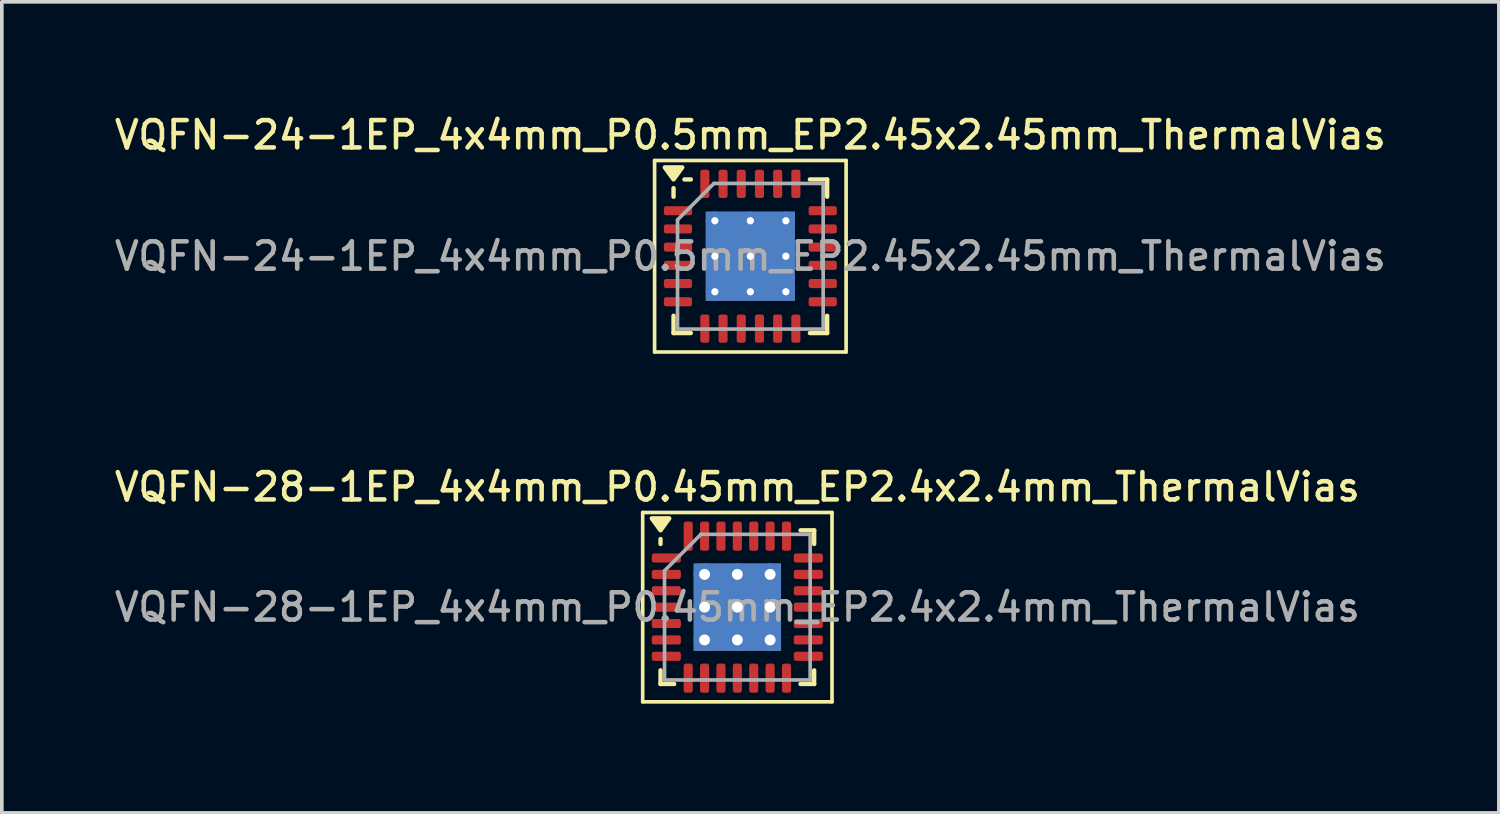
<source format=kicad_pcb>
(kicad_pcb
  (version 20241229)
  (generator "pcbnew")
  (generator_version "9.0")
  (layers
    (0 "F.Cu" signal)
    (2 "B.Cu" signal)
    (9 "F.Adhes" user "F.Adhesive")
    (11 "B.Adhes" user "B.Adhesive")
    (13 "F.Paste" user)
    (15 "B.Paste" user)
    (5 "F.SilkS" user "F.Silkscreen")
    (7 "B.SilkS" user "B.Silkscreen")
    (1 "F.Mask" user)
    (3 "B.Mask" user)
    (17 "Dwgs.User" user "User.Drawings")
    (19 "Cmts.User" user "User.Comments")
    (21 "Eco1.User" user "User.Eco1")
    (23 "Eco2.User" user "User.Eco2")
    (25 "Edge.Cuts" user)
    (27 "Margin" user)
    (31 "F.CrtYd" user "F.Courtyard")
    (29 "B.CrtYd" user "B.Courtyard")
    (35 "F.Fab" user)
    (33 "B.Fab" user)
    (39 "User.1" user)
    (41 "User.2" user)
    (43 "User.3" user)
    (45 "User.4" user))
  (footprint "VQFN-24-1EP_4x4mm_P0.5mm_EP2.45x2.45mm_ThermalVias"
    (layer "F.Cu")
    (at 17.559 3.988)
    (property "Reference" "VQFN-24-1EP_4x4mm_P0.5mm_EP2.45x2.45mm_ThermalVias" (at 0 -3.33 0) (layer "F.SilkS") (effects (font (size 0.75 0.75) (thickness 0.125))))
    (attr smd)
    (fp_line (start -2.63 -2.63) (end -2.63 2.63) (stroke (width 0.1) (type solid)) (layer "F.SilkS"))
    (fp_line (start -2.63 2.63) (end 2.63 2.63) (stroke (width 0.1) (type solid)) (layer "F.SilkS"))
    (fp_line (start -2.11 -1.635) (end -2.11 -1.87) (stroke (width 0.12) (type solid)) (layer "F.SilkS"))
    (fp_line (start -2.11 2.11) (end -2.11 1.635) (stroke (width 0.12) (type solid)) (layer "F.SilkS"))
    (fp_line (start -1.635 -2.11) (end -1.81 -2.11) (stroke (width 0.12) (type solid)) (layer "F.SilkS"))
    (fp_line (start -1.635 2.11) (end -2.11 2.11) (stroke (width 0.12) (type solid)) (layer "F.SilkS"))
    (fp_line (start 1.635 -2.11) (end 2.11 -2.11) (stroke (width 0.12) (type solid)) (layer "F.SilkS"))
    (fp_line (start 1.635 2.11) (end 2.11 2.11) (stroke (width 0.12) (type solid)) (layer "F.SilkS"))
    (fp_line (start 2.11 -2.11) (end 2.11 -1.635) (stroke (width 0.12) (type solid)) (layer "F.SilkS"))
    (fp_line (start 2.11 2.11) (end 2.11 1.635) (stroke (width 0.12) (type solid)) (layer "F.SilkS"))
    (fp_line (start 2.63 -2.63) (end -2.63 -2.63) (stroke (width 0.1) (type solid)) (layer "F.SilkS"))
    (fp_line (start 2.63 2.63) (end 2.63 -2.63) (stroke (width 0.1) (type solid)) (layer "F.SilkS"))
    (fp_poly (pts (xy -2.11 -2.11) (xy -2.35 -2.44) (xy -1.87 -2.44) (xy -2.11 -2.11)) (stroke (width 0.12) (type solid)) (fill yes) (layer "F.SilkS"))
    (fp_line (start -2 -1) (end -1 -2) (stroke (width 0.1) (type solid)) (layer "F.Fab"))
    (fp_line (start -2 2) (end -2 -1) (stroke (width 0.1) (type solid)) (layer "F.Fab"))
    (fp_line (start -1 -2) (end 2 -2) (stroke (width 0.1) (type solid)) (layer "F.Fab"))
    (fp_line (start 2 -2) (end 2 2) (stroke (width 0.1) (type solid)) (layer "F.Fab"))
    (fp_line (start 2 2) (end -2 2) (stroke (width 0.1) (type solid)) (layer "F.Fab"))
    (fp_text user "${REFERENCE}" (at 0 0 0) (layer "F.Fab") (effects (font (size 0.75 0.75) (thickness 0.125))))
    (pad "" smd custom (at -0.487 -0.487) (size 0.756 0.756) (layers "F.Paste") (options (anchor circle)) (primitives (gr_poly (pts (xy -0.301 -0.175) (xy -0.175 -0.301) (xy 0.175 -0.301) (xy 0.301 -0.175) (xy 0.301 0.175) (xy 0.175 0.301) (xy -0.175 0.301) (xy -0.301 0.175)) (width 0.306) (fill yes))))
    (pad "" smd custom (at -0.487 0.487) (size 0.756 0.756) (layers "F.Paste") (options (anchor circle)) (primitives (gr_poly (pts (xy -0.301 -0.175) (xy -0.175 -0.301) (xy 0.175 -0.301) (xy 0.301 -0.175) (xy 0.301 0.175) (xy 0.175 0.301) (xy -0.175 0.301) (xy -0.301 0.175)) (width 0.306) (fill yes))))
    (pad "" smd custom (at 0.487 -0.487) (size 0.756 0.756) (layers "F.Paste") (options (anchor circle)) (primitives (gr_poly (pts (xy -0.301 -0.175) (xy -0.175 -0.301) (xy 0.175 -0.301) (xy 0.301 -0.175) (xy 0.301 0.175) (xy 0.175 0.301) (xy -0.175 0.301) (xy -0.301 0.175)) (width 0.306) (fill yes))))
    (pad "" smd custom (at 0.487 0.487) (size 0.756 0.756) (layers "F.Paste") (options (anchor circle)) (primitives (gr_poly (pts (xy -0.301 -0.175) (xy -0.175 -0.301) (xy 0.175 -0.301) (xy 0.301 -0.175) (xy 0.301 0.175) (xy 0.175 0.301) (xy -0.175 0.301) (xy -0.301 0.175)) (width 0.306) (fill yes))))
    (pad "1" smd roundrect (at -1.988 -1.25) (size 0.775 0.25) (layers "F.Cu" "F.Mask" "F.Paste") (roundrect_rratio 0.25))
    (pad "2" smd roundrect (at -1.988 -0.75) (size 0.775 0.25) (layers "F.Cu" "F.Mask" "F.Paste") (roundrect_rratio 0.25))
    (pad "3" smd roundrect (at -1.988 -0.25) (size 0.775 0.25) (layers "F.Cu" "F.Mask" "F.Paste") (roundrect_rratio 0.25))
    (pad "4" smd roundrect (at -1.988 0.25) (size 0.775 0.25) (layers "F.Cu" "F.Mask" "F.Paste") (roundrect_rratio 0.25))
    (pad "5" smd roundrect (at -1.988 0.75) (size 0.775 0.25) (layers "F.Cu" "F.Mask" "F.Paste") (roundrect_rratio 0.25))
    (pad "6" smd roundrect (at -1.988 1.25) (size 0.775 0.25) (layers "F.Cu" "F.Mask" "F.Paste") (roundrect_rratio 0.25))
    (pad "7" smd roundrect (at -1.25 1.988) (size 0.25 0.775) (layers "F.Cu" "F.Mask" "F.Paste") (roundrect_rratio 0.25))
    (pad "8" smd roundrect (at -0.75 1.988) (size 0.25 0.775) (layers "F.Cu" "F.Mask" "F.Paste") (roundrect_rratio 0.25))
    (pad "9" smd roundrect (at -0.25 1.988) (size 0.25 0.775) (layers "F.Cu" "F.Mask" "F.Paste") (roundrect_rratio 0.25))
    (pad "10" smd roundrect (at 0.25 1.988) (size 0.25 0.775) (layers "F.Cu" "F.Mask" "F.Paste") (roundrect_rratio 0.25))
    (pad "11" smd roundrect (at 0.75 1.988) (size 0.25 0.775) (layers "F.Cu" "F.Mask" "F.Paste") (roundrect_rratio 0.25))
    (pad "12" smd roundrect (at 1.25 1.988) (size 0.25 0.775) (layers "F.Cu" "F.Mask" "F.Paste") (roundrect_rratio 0.25))
    (pad "13" smd roundrect (at 1.988 1.25) (size 0.775 0.25) (layers "F.Cu" "F.Mask" "F.Paste") (roundrect_rratio 0.25))
    (pad "14" smd roundrect (at 1.988 0.75) (size 0.775 0.25) (layers "F.Cu" "F.Mask" "F.Paste") (roundrect_rratio 0.25))
    (pad "15" smd roundrect (at 1.988 0.25) (size 0.775 0.25) (layers "F.Cu" "F.Mask" "F.Paste") (roundrect_rratio 0.25))
    (pad "16" smd roundrect (at 1.988 -0.25) (size 0.775 0.25) (layers "F.Cu" "F.Mask" "F.Paste") (roundrect_rratio 0.25))
    (pad "17" smd roundrect (at 1.988 -0.75) (size 0.775 0.25) (layers "F.Cu" "F.Mask" "F.Paste") (roundrect_rratio 0.25))
    (pad "18" smd roundrect (at 1.988 -1.25) (size 0.775 0.25) (layers "F.Cu" "F.Mask" "F.Paste") (roundrect_rratio 0.25))
    (pad "19" smd roundrect (at 1.25 -1.988) (size 0.25 0.775) (layers "F.Cu" "F.Mask" "F.Paste") (roundrect_rratio 0.25))
    (pad "20" smd roundrect (at 0.75 -1.988) (size 0.25 0.775) (layers "F.Cu" "F.Mask" "F.Paste") (roundrect_rratio 0.25))
    (pad "21" smd roundrect (at 0.25 -1.988) (size 0.25 0.775) (layers "F.Cu" "F.Mask" "F.Paste") (roundrect_rratio 0.25))
    (pad "22" smd roundrect (at -0.25 -1.988) (size 0.25 0.775) (layers "F.Cu" "F.Mask" "F.Paste") (roundrect_rratio 0.25))
    (pad "23" smd roundrect (at -0.75 -1.988) (size 0.25 0.775) (layers "F.Cu" "F.Mask" "F.Paste") (roundrect_rratio 0.25))
    (pad "24" smd roundrect (at -1.25 -1.988) (size 0.25 0.775) (layers "F.Cu" "F.Mask" "F.Paste") (roundrect_rratio 0.25))
    (pad "25" thru_hole circle (at -0.975 -0.975) (size 0.5 0.5) (drill 0.2) (property pad_prop_heatsink) (layers "*.Cu"))
    (pad "25" thru_hole circle (at -0.975 0) (size 0.5 0.5) (drill 0.2) (property pad_prop_heatsink) (layers "*.Cu"))
    (pad "25" thru_hole circle (at -0.975 0.975) (size 0.5 0.5) (drill 0.2) (property pad_prop_heatsink) (layers "*.Cu"))
    (pad "25" thru_hole circle (at 0 -0.975) (size 0.5 0.5) (drill 0.2) (property pad_prop_heatsink) (layers "*.Cu"))
    (pad "25" thru_hole circle (at 0 0) (size 0.5 0.5) (drill 0.2) (property pad_prop_heatsink) (layers "*.Cu"))
    (pad "25" smd rect (at 0 0) (size 2.45 2.45) (property pad_prop_heatsink) (layers "F.Cu" "F.Mask"))
    (pad "25" smd rect (at 0 0) (size 2.45 2.45) (property pad_prop_heatsink) (layers "B.Cu"))
    (pad "25" thru_hole circle (at 0 0.975) (size 0.5 0.5) (drill 0.2) (property pad_prop_heatsink) (layers "*.Cu"))
    (pad "25" thru_hole circle (at 0.975 -0.975) (size 0.5 0.5) (drill 0.2) (property pad_prop_heatsink) (layers "*.Cu"))
    (pad "25" thru_hole circle (at 0.975 0) (size 0.5 0.5) (drill 0.2) (property pad_prop_heatsink) (layers "*.Cu"))
    (pad "25" thru_hole circle (at 0.975 0.975) (size 0.5 0.5) (drill 0.2) (property pad_prop_heatsink) (layers "*.Cu")))
  (footprint "VQFN-28-1EP_4x4mm_P0.45mm_EP2.4x2.4mm_ThermalVias"
    (layer "F.Cu")
    (at 17.202 13.626)
    (property "Reference" "VQFN-28-1EP_4x4mm_P0.45mm_EP2.4x2.4mm_ThermalVias" (at 0 -3.3 0) (layer "F.SilkS") (effects (font (size 0.75 0.75) (thickness 0.125))))
    (attr smd)
    (fp_line (start -2.6 -2.6) (end -2.6 2.6) (stroke (width 0.1) (type solid)) (layer "F.SilkS"))
    (fp_line (start -2.6 2.6) (end 2.6 2.6) (stroke (width 0.1) (type solid)) (layer "F.SilkS"))
    (fp_line (start -2.11 -1.735) (end -2.11 -1.87) (stroke (width 0.12) (type solid)) (layer "F.SilkS"))
    (fp_line (start -2.11 2.11) (end -2.11 1.735) (stroke (width 0.12) (type solid)) (layer "F.SilkS"))
    (fp_line (start -1.735 2.11) (end -2.11 2.11) (stroke (width 0.12) (type solid)) (layer "F.SilkS"))
    (fp_line (start 1.735 -2.11) (end 2.11 -2.11) (stroke (width 0.12) (type solid)) (layer "F.SilkS"))
    (fp_line (start 1.735 2.11) (end 2.11 2.11) (stroke (width 0.12) (type solid)) (layer "F.SilkS"))
    (fp_line (start 2.11 -2.11) (end 2.11 -1.735) (stroke (width 0.12) (type solid)) (layer "F.SilkS"))
    (fp_line (start 2.11 2.11) (end 2.11 1.735) (stroke (width 0.12) (type solid)) (layer "F.SilkS"))
    (fp_line (start 2.6 -2.6) (end -2.6 -2.6) (stroke (width 0.1) (type solid)) (layer "F.SilkS"))
    (fp_line (start 2.6 2.6) (end 2.6 -2.6) (stroke (width 0.1) (type solid)) (layer "F.SilkS"))
    (fp_poly (pts (xy -2.11 -2.11) (xy -2.35 -2.44) (xy -1.87 -2.44) (xy -2.11 -2.11)) (stroke (width 0.12) (type solid)) (fill yes) (layer "F.SilkS"))
    (fp_line (start -2 -1) (end -1 -2) (stroke (width 0.1) (type solid)) (layer "F.Fab"))
    (fp_line (start -2 2) (end -2 -1) (stroke (width 0.1) (type solid)) (layer "F.Fab"))
    (fp_line (start -1 -2) (end 2 -2) (stroke (width 0.1) (type solid)) (layer "F.Fab"))
    (fp_line (start 2 -2) (end 2 2) (stroke (width 0.1) (type solid)) (layer "F.Fab"))
    (fp_line (start 2 2) (end -2 2) (stroke (width 0.1) (type solid)) (layer "F.Fab"))
    (fp_text user "${REFERENCE}" (at 0 0 0) (layer "F.Fab") (effects (font (size 0.75 0.75) (thickness 0.125))))
    (pad "" smd roundrect (at -0.6 -0.6) (size 0.75 0.75) (layers "F.Paste") (roundrect_rratio 0.25))
    (pad "" smd roundrect (at -0.6 0.6) (size 0.75 0.75) (layers "F.Paste") (roundrect_rratio 0.25))
    (pad "" smd roundrect (at 0.6 -0.6) (size 0.75 0.75) (layers "F.Paste") (roundrect_rratio 0.25))
    (pad "" smd roundrect (at 0.6 0.6) (size 0.75 0.75) (layers "F.Paste") (roundrect_rratio 0.25))
    (pad "1" smd roundrect (at -1.95 -1.35) (size 0.8 0.25) (layers "F.Cu" "F.Mask" "F.Paste") (roundrect_rratio 0.25))
    (pad "2" smd roundrect (at -1.95 -0.9) (size 0.8 0.25) (layers "F.Cu" "F.Mask" "F.Paste") (roundrect_rratio 0.25))
    (pad "3" smd roundrect (at -1.95 -0.45) (size 0.8 0.25) (layers "F.Cu" "F.Mask" "F.Paste") (roundrect_rratio 0.25))
    (pad "4" smd roundrect (at -1.95 0) (size 0.8 0.25) (layers "F.Cu" "F.Mask" "F.Paste") (roundrect_rratio 0.25))
    (pad "5" smd roundrect (at -1.95 0.45) (size 0.8 0.25) (layers "F.Cu" "F.Mask" "F.Paste") (roundrect_rratio 0.25))
    (pad "6" smd roundrect (at -1.95 0.9) (size 0.8 0.25) (layers "F.Cu" "F.Mask" "F.Paste") (roundrect_rratio 0.25))
    (pad "7" smd roundrect (at -1.95 1.35) (size 0.8 0.25) (layers "F.Cu" "F.Mask" "F.Paste") (roundrect_rratio 0.25))
    (pad "8" smd roundrect (at -1.35 1.95) (size 0.25 0.8) (layers "F.Cu" "F.Mask" "F.Paste") (roundrect_rratio 0.25))
    (pad "9" smd roundrect (at -0.9 1.95) (size 0.25 0.8) (layers "F.Cu" "F.Mask" "F.Paste") (roundrect_rratio 0.25))
    (pad "10" smd roundrect (at -0.45 1.95) (size 0.25 0.8) (layers "F.Cu" "F.Mask" "F.Paste") (roundrect_rratio 0.25))
    (pad "11" smd roundrect (at 0 1.95) (size 0.25 0.8) (layers "F.Cu" "F.Mask" "F.Paste") (roundrect_rratio 0.25))
    (pad "12" smd roundrect (at 0.45 1.95) (size 0.25 0.8) (layers "F.Cu" "F.Mask" "F.Paste") (roundrect_rratio 0.25))
    (pad "13" smd roundrect (at 0.9 1.95) (size 0.25 0.8) (layers "F.Cu" "F.Mask" "F.Paste") (roundrect_rratio 0.25))
    (pad "14" smd roundrect (at 1.35 1.95) (size 0.25 0.8) (layers "F.Cu" "F.Mask" "F.Paste") (roundrect_rratio 0.25))
    (pad "15" smd roundrect (at 1.95 1.35) (size 0.8 0.25) (layers "F.Cu" "F.Mask" "F.Paste") (roundrect_rratio 0.25))
    (pad "16" smd roundrect (at 1.95 0.9) (size 0.8 0.25) (layers "F.Cu" "F.Mask" "F.Paste") (roundrect_rratio 0.25))
    (pad "17" smd roundrect (at 1.95 0.45) (size 0.8 0.25) (layers "F.Cu" "F.Mask" "F.Paste") (roundrect_rratio 0.25))
    (pad "18" smd roundrect (at 1.95 0) (size 0.8 0.25) (layers "F.Cu" "F.Mask" "F.Paste") (roundrect_rratio 0.25))
    (pad "19" smd roundrect (at 1.95 -0.45) (size 0.8 0.25) (layers "F.Cu" "F.Mask" "F.Paste") (roundrect_rratio 0.25))
    (pad "20" smd roundrect (at 1.95 -0.9) (size 0.8 0.25) (layers "F.Cu" "F.Mask" "F.Paste") (roundrect_rratio 0.25))
    (pad "21" smd roundrect (at 1.95 -1.35) (size 0.8 0.25) (layers "F.Cu" "F.Mask" "F.Paste") (roundrect_rratio 0.25))
    (pad "22" smd roundrect (at 1.35 -1.95) (size 0.25 0.8) (layers "F.Cu" "F.Mask" "F.Paste") (roundrect_rratio 0.25))
    (pad "23" smd roundrect (at 0.9 -1.95) (size 0.25 0.8) (layers "F.Cu" "F.Mask" "F.Paste") (roundrect_rratio 0.25))
    (pad "24" smd roundrect (at 0.45 -1.95) (size 0.25 0.8) (layers "F.Cu" "F.Mask" "F.Paste") (roundrect_rratio 0.25))
    (pad "25" smd roundrect (at 0 -1.95) (size 0.25 0.8) (layers "F.Cu" "F.Mask" "F.Paste") (roundrect_rratio 0.25))
    (pad "26" smd roundrect (at -0.45 -1.95) (size 0.25 0.8) (layers "F.Cu" "F.Mask" "F.Paste") (roundrect_rratio 0.25))
    (pad "27" smd roundrect (at -0.9 -1.95) (size 0.25 0.8) (layers "F.Cu" "F.Mask" "F.Paste") (roundrect_rratio 0.25))
    (pad "28" smd roundrect (at -1.35 -1.95) (size 0.25 0.8) (layers "F.Cu" "F.Mask" "F.Paste") (roundrect_rratio 0.25))
    (pad "29" thru_hole circle (at -0.9 -0.9) (size 0.6 0.6) (drill 0.3) (property pad_prop_heatsink) (layers "*.Cu"))
    (pad "29" thru_hole circle (at -0.9 0) (size 0.6 0.6) (drill 0.3) (property pad_prop_heatsink) (layers "*.Cu"))
    (pad "29" thru_hole circle (at -0.9 0.9) (size 0.6 0.6) (drill 0.3) (property pad_prop_heatsink) (layers "*.Cu"))
    (pad "29" thru_hole circle (at 0 -0.9) (size 0.6 0.6) (drill 0.3) (property pad_prop_heatsink) (layers "*.Cu"))
    (pad "29" thru_hole circle (at 0 0) (size 0.6 0.6) (drill 0.3) (property pad_prop_heatsink) (layers "*.Cu"))
    (pad "29" smd rect (at 0 0) (size 2.4 2.4) (property pad_prop_heatsink) (layers "F.Cu" "F.Mask"))
    (pad "29" smd rect (at 0 0) (size 2.4 2.4) (property pad_prop_heatsink) (layers "B.Cu"))
    (pad "29" thru_hole circle (at 0 0.9) (size 0.6 0.6) (drill 0.3) (property pad_prop_heatsink) (layers "*.Cu"))
    (pad "29" thru_hole circle (at 0.9 -0.9) (size 0.6 0.6) (drill 0.3) (property pad_prop_heatsink) (layers "*.Cu"))
    (pad "29" thru_hole circle (at 0.9 0) (size 0.6 0.6) (drill 0.3) (property pad_prop_heatsink) (layers "*.Cu"))
    (pad "29" thru_hole circle (at 0.9 0.9) (size 0.6 0.6) (drill 0.3) (property pad_prop_heatsink) (layers "*.Cu")))
  (gr_rect
    (start -3 -3)
    (end 38.118 19.276)
    (stroke (width 0.1) (type default))
    (fill no)
    (layer "Edge.Cuts")))
</source>
